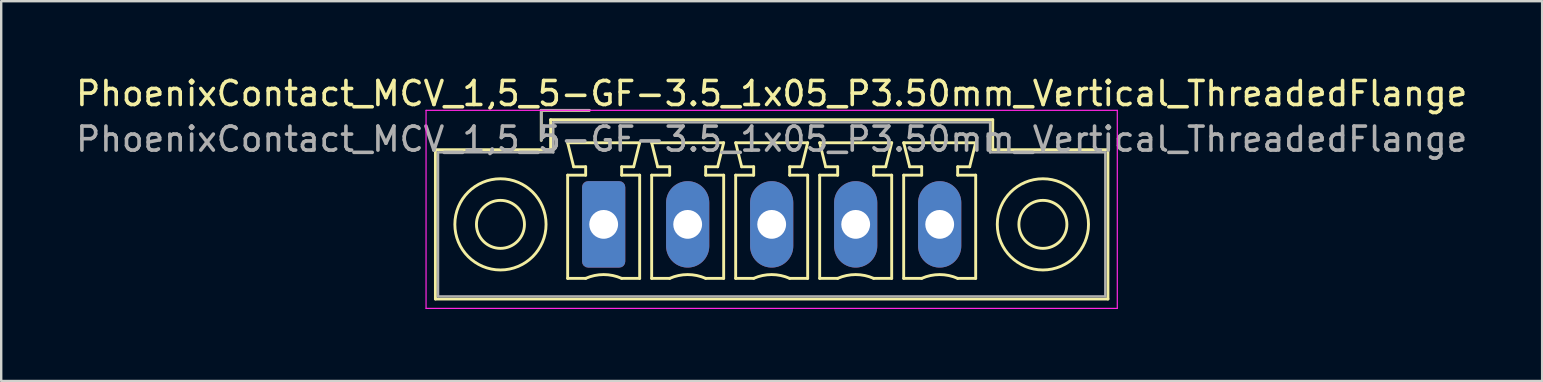
<source format=kicad_pcb>
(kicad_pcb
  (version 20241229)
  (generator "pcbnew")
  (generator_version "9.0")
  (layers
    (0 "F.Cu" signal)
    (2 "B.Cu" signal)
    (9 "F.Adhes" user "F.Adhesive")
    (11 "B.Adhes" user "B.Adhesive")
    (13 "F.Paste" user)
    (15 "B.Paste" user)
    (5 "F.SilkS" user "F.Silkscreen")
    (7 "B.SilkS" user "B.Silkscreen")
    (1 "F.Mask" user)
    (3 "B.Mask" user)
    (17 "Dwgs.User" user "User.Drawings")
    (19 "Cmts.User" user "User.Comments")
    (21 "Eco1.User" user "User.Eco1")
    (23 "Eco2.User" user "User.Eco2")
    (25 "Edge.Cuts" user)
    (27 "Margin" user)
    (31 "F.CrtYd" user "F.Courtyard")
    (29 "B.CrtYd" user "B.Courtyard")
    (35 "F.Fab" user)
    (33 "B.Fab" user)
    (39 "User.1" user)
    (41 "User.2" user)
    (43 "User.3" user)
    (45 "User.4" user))
  (footprint "PhoenixContact_MCV_1,5_5-GF-3.5_1x05_P3.50mm_Vertical_ThreadedFlange"
    (layer "F.Cu")
    (at 22.101 6.298)
    (property "Reference" "PhoenixContact_MCV_1,5_5-GF-3.5_1x05_P3.50mm_Vertical_ThreadedFlange" (at 7 -5.45 0) (layer "F.SilkS") (effects (font (size 1 1) (thickness 0.15))))
    (attr through_hole)
    (fp_line (start -7.01 -3.11) (end -7.01 3.11) (stroke (width 0.12) (type solid)) (layer "F.SilkS"))
    (fp_line (start -7.01 3.11) (end 21.01 3.11) (stroke (width 0.12) (type solid)) (layer "F.SilkS"))
    (fp_line (start -2.6 -4.75) (end -0.6 -4.75) (stroke (width 0.12) (type solid)) (layer "F.SilkS"))
    (fp_line (start -2.6 -3.5) (end -2.6 -4.75) (stroke (width 0.12) (type solid)) (layer "F.SilkS"))
    (fp_line (start -2.21 -4.36) (end -2.21 -3.11) (stroke (width 0.12) (type solid)) (layer "F.SilkS"))
    (fp_line (start -2.21 -3.11) (end -7.01 -3.11) (stroke (width 0.12) (type solid)) (layer "F.SilkS"))
    (fp_line (start -1.5 -3.4) (end 1.5 -3.4) (stroke (width 0.12) (type solid)) (layer "F.SilkS"))
    (fp_line (start -1.5 -2.05) (end -0.75 -2.05) (stroke (width 0.12) (type solid)) (layer "F.SilkS"))
    (fp_line (start -1.5 2.25) (end -1.5 -2.05) (stroke (width 0.12) (type solid)) (layer "F.SilkS"))
    (fp_line (start -1.25 -2.4) (end -1.5 -3.4) (stroke (width 0.12) (type solid)) (layer "F.SilkS"))
    (fp_line (start -0.75 -2.4) (end -1.25 -2.4) (stroke (width 0.12) (type solid)) (layer "F.SilkS"))
    (fp_line (start -0.75 -2.05) (end -0.75 -2.4) (stroke (width 0.12) (type solid)) (layer "F.SilkS"))
    (fp_line (start -0.75 2.25) (end -1.5 2.25) (stroke (width 0.12) (type solid)) (layer "F.SilkS"))
    (fp_line (start 0.75 -2.4) (end 0.75 -2.05) (stroke (width 0.12) (type solid)) (layer "F.SilkS"))
    (fp_line (start 0.75 -2.05) (end 1.5 -2.05) (stroke (width 0.12) (type solid)) (layer "F.SilkS"))
    (fp_line (start 1.25 -2.4) (end 0.75 -2.4) (stroke (width 0.12) (type solid)) (layer "F.SilkS"))
    (fp_line (start 1.5 -3.4) (end 1.25 -2.4) (stroke (width 0.12) (type solid)) (layer "F.SilkS"))
    (fp_line (start 1.5 -2.05) (end 1.5 2.25) (stroke (width 0.12) (type solid)) (layer "F.SilkS"))
    (fp_line (start 1.5 2.25) (end 0.75 2.25) (stroke (width 0.12) (type solid)) (layer "F.SilkS"))
    (fp_line (start 2 -3.4) (end 5 -3.4) (stroke (width 0.12) (type solid)) (layer "F.SilkS"))
    (fp_line (start 2 -2.05) (end 2.75 -2.05) (stroke (width 0.12) (type solid)) (layer "F.SilkS"))
    (fp_line (start 2 2.25) (end 2 -2.05) (stroke (width 0.12) (type solid)) (layer "F.SilkS"))
    (fp_line (start 2.25 -2.4) (end 2 -3.4) (stroke (width 0.12) (type solid)) (layer "F.SilkS"))
    (fp_line (start 2.75 -2.4) (end 2.25 -2.4) (stroke (width 0.12) (type solid)) (layer "F.SilkS"))
    (fp_line (start 2.75 -2.05) (end 2.75 -2.4) (stroke (width 0.12) (type solid)) (layer "F.SilkS"))
    (fp_line (start 2.75 2.25) (end 2 2.25) (stroke (width 0.12) (type solid)) (layer "F.SilkS"))
    (fp_line (start 4.25 -2.4) (end 4.25 -2.05) (stroke (width 0.12) (type solid)) (layer "F.SilkS"))
    (fp_line (start 4.25 -2.05) (end 5 -2.05) (stroke (width 0.12) (type solid)) (layer "F.SilkS"))
    (fp_line (start 4.75 -2.4) (end 4.25 -2.4) (stroke (width 0.12) (type solid)) (layer "F.SilkS"))
    (fp_line (start 5 -3.4) (end 4.75 -2.4) (stroke (width 0.12) (type solid)) (layer "F.SilkS"))
    (fp_line (start 5 -2.05) (end 5 2.25) (stroke (width 0.12) (type solid)) (layer "F.SilkS"))
    (fp_line (start 5 2.25) (end 4.25 2.25) (stroke (width 0.12) (type solid)) (layer "F.SilkS"))
    (fp_line (start 5.5 -3.4) (end 8.5 -3.4) (stroke (width 0.12) (type solid)) (layer "F.SilkS"))
    (fp_line (start 5.5 -2.05) (end 6.25 -2.05) (stroke (width 0.12) (type solid)) (layer "F.SilkS"))
    (fp_line (start 5.5 2.25) (end 5.5 -2.05) (stroke (width 0.12) (type solid)) (layer "F.SilkS"))
    (fp_line (start 5.75 -2.4) (end 5.5 -3.4) (stroke (width 0.12) (type solid)) (layer "F.SilkS"))
    (fp_line (start 6.25 -2.4) (end 5.75 -2.4) (stroke (width 0.12) (type solid)) (layer "F.SilkS"))
    (fp_line (start 6.25 -2.05) (end 6.25 -2.4) (stroke (width 0.12) (type solid)) (layer "F.SilkS"))
    (fp_line (start 6.25 2.25) (end 5.5 2.25) (stroke (width 0.12) (type solid)) (layer "F.SilkS"))
    (fp_line (start 7.75 -2.4) (end 7.75 -2.05) (stroke (width 0.12) (type solid)) (layer "F.SilkS"))
    (fp_line (start 7.75 -2.05) (end 8.5 -2.05) (stroke (width 0.12) (type solid)) (layer "F.SilkS"))
    (fp_line (start 8.25 -2.4) (end 7.75 -2.4) (stroke (width 0.12) (type solid)) (layer "F.SilkS"))
    (fp_line (start 8.5 -3.4) (end 8.25 -2.4) (stroke (width 0.12) (type solid)) (layer "F.SilkS"))
    (fp_line (start 8.5 -2.05) (end 8.5 2.25) (stroke (width 0.12) (type solid)) (layer "F.SilkS"))
    (fp_line (start 8.5 2.25) (end 7.75 2.25) (stroke (width 0.12) (type solid)) (layer "F.SilkS"))
    (fp_line (start 9 -3.4) (end 12 -3.4) (stroke (width 0.12) (type solid)) (layer "F.SilkS"))
    (fp_line (start 9 -2.05) (end 9.75 -2.05) (stroke (width 0.12) (type solid)) (layer "F.SilkS"))
    (fp_line (start 9 2.25) (end 9 -2.05) (stroke (width 0.12) (type solid)) (layer "F.SilkS"))
    (fp_line (start 9.25 -2.4) (end 9 -3.4) (stroke (width 0.12) (type solid)) (layer "F.SilkS"))
    (fp_line (start 9.75 -2.4) (end 9.25 -2.4) (stroke (width 0.12) (type solid)) (layer "F.SilkS"))
    (fp_line (start 9.75 -2.05) (end 9.75 -2.4) (stroke (width 0.12) (type solid)) (layer "F.SilkS"))
    (fp_line (start 9.75 2.25) (end 9 2.25) (stroke (width 0.12) (type solid)) (layer "F.SilkS"))
    (fp_line (start 11.25 -2.4) (end 11.25 -2.05) (stroke (width 0.12) (type solid)) (layer "F.SilkS"))
    (fp_line (start 11.25 -2.05) (end 12 -2.05) (stroke (width 0.12) (type solid)) (layer "F.SilkS"))
    (fp_line (start 11.75 -2.4) (end 11.25 -2.4) (stroke (width 0.12) (type solid)) (layer "F.SilkS"))
    (fp_line (start 12 -3.4) (end 11.75 -2.4) (stroke (width 0.12) (type solid)) (layer "F.SilkS"))
    (fp_line (start 12 -2.05) (end 12 2.25) (stroke (width 0.12) (type solid)) (layer "F.SilkS"))
    (fp_line (start 12 2.25) (end 11.25 2.25) (stroke (width 0.12) (type solid)) (layer "F.SilkS"))
    (fp_line (start 12.5 -3.4) (end 15.5 -3.4) (stroke (width 0.12) (type solid)) (layer "F.SilkS"))
    (fp_line (start 12.5 -2.05) (end 13.25 -2.05) (stroke (width 0.12) (type solid)) (layer "F.SilkS"))
    (fp_line (start 12.5 2.25) (end 12.5 -2.05) (stroke (width 0.12) (type solid)) (layer "F.SilkS"))
    (fp_line (start 12.75 -2.4) (end 12.5 -3.4) (stroke (width 0.12) (type solid)) (layer "F.SilkS"))
    (fp_line (start 13.25 -2.4) (end 12.75 -2.4) (stroke (width 0.12) (type solid)) (layer "F.SilkS"))
    (fp_line (start 13.25 -2.05) (end 13.25 -2.4) (stroke (width 0.12) (type solid)) (layer "F.SilkS"))
    (fp_line (start 13.25 2.25) (end 12.5 2.25) (stroke (width 0.12) (type solid)) (layer "F.SilkS"))
    (fp_line (start 14.75 -2.4) (end 14.75 -2.05) (stroke (width 0.12) (type solid)) (layer "F.SilkS"))
    (fp_line (start 14.75 -2.05) (end 15.5 -2.05) (stroke (width 0.12) (type solid)) (layer "F.SilkS"))
    (fp_line (start 15.25 -2.4) (end 14.75 -2.4) (stroke (width 0.12) (type solid)) (layer "F.SilkS"))
    (fp_line (start 15.5 -3.4) (end 15.25 -2.4) (stroke (width 0.12) (type solid)) (layer "F.SilkS"))
    (fp_line (start 15.5 -2.05) (end 15.5 2.25) (stroke (width 0.12) (type solid)) (layer "F.SilkS"))
    (fp_line (start 15.5 2.25) (end 14.75 2.25) (stroke (width 0.12) (type solid)) (layer "F.SilkS"))
    (fp_line (start 16.21 -4.36) (end -2.21 -4.36) (stroke (width 0.12) (type solid)) (layer "F.SilkS"))
    (fp_line (start 16.21 -3.11) (end 16.21 -4.36) (stroke (width 0.12) (type solid)) (layer "F.SilkS"))
    (fp_line (start 21.01 -3.11) (end 16.21 -3.11) (stroke (width 0.12) (type solid)) (layer "F.SilkS"))
    (fp_line (start 21.01 3.11) (end 21.01 -3.11) (stroke (width 0.12) (type solid)) (layer "F.SilkS"))
    (fp_arc (start -0.75 2.25) (mid -0.000193 2.09191) (end 0.749647 2.249844) (stroke (width 0.12) (type solid)) (layer "F.SilkS"))
    (fp_arc (start 2.75 2.25) (mid 3.499807 2.09191) (end 4.249647 2.249844) (stroke (width 0.12) (type solid)) (layer "F.SilkS"))
    (fp_arc (start 6.25 2.25) (mid 6.999807 2.09191) (end 7.749647 2.249844) (stroke (width 0.12) (type solid)) (layer "F.SilkS"))
    (fp_arc (start 9.75 2.25) (mid 10.499807 2.09191) (end 11.249647 2.249844) (stroke (width 0.12) (type solid)) (layer "F.SilkS"))
    (fp_arc (start 13.25 2.25) (mid 13.999807 2.09191) (end 14.749647 2.249844) (stroke (width 0.12) (type solid)) (layer "F.SilkS"))
    (fp_circle (center -4.3 0) (end -3.3 0) (stroke (width 0.12) (type solid)) (fill no) (layer "F.SilkS"))
    (fp_circle (center -4.3 0) (end -2.4 0) (stroke (width 0.12) (type solid)) (fill no) (layer "F.SilkS"))
    (fp_circle (center 18.3 0) (end 19.3 0) (stroke (width 0.12) (type solid)) (fill no) (layer "F.SilkS"))
    (fp_circle (center 18.3 0) (end 20.2 0) (stroke (width 0.12) (type solid)) (fill no) (layer "F.SilkS"))
    (fp_line (start -7.4 -4.75) (end -7.4 3.5) (stroke (width 0.05) (type solid)) (layer "F.CrtYd"))
    (fp_line (start -7.4 3.5) (end 21.4 3.5) (stroke (width 0.05) (type solid)) (layer "F.CrtYd"))
    (fp_line (start 21.4 -4.75) (end -7.4 -4.75) (stroke (width 0.05) (type solid)) (layer "F.CrtYd"))
    (fp_line (start 21.4 3.5) (end 21.4 -4.75) (stroke (width 0.05) (type solid)) (layer "F.CrtYd"))
    (fp_line (start -6.9 -3) (end -6.9 3) (stroke (width 0.1) (type solid)) (layer "F.Fab"))
    (fp_line (start -6.9 3) (end 20.9 3) (stroke (width 0.1) (type solid)) (layer "F.Fab"))
    (fp_line (start -2.6 -4.75) (end -0.6 -4.75) (stroke (width 0.1) (type solid)) (layer "F.Fab"))
    (fp_line (start -2.6 -3.5) (end -2.6 -4.75) (stroke (width 0.1) (type solid)) (layer "F.Fab"))
    (fp_line (start -2.1 -4.25) (end -2.1 -3) (stroke (width 0.1) (type solid)) (layer "F.Fab"))
    (fp_line (start -2.1 -3) (end -6.9 -3) (stroke (width 0.1) (type solid)) (layer "F.Fab"))
    (fp_line (start 16.1 -4.25) (end -2.1 -4.25) (stroke (width 0.1) (type solid)) (layer "F.Fab"))
    (fp_line (start 16.1 -3) (end 16.1 -4.25) (stroke (width 0.1) (type solid)) (layer "F.Fab"))
    (fp_line (start 20.9 -3) (end 16.1 -3) (stroke (width 0.1) (type solid)) (layer "F.Fab"))
    (fp_line (start 20.9 3) (end 20.9 -3) (stroke (width 0.1) (type solid)) (layer "F.Fab"))
    (fp_text user "${REFERENCE}" (at 7 -3.55 0) (layer "F.Fab") (effects (font (size 1 1) (thickness 0.15))))
    (pad "1" thru_hole roundrect (at 0 0) (size 1.8 3.6) (drill 1.2) (layers "*.Cu" "*.Mask") (roundrect_rratio 0.139))
    (pad "2" thru_hole oval (at 3.5 0) (size 1.8 3.6) (drill 1.2) (layers "*.Cu" "*.Mask"))
    (pad "3" thru_hole oval (at 7 0) (size 1.8 3.6) (drill 1.2) (layers "*.Cu" "*.Mask"))
    (pad "4" thru_hole oval (at 10.5 0) (size 1.8 3.6) (drill 1.2) (layers "*.Cu" "*.Mask"))
    (pad "5" thru_hole oval (at 14 0) (size 1.8 3.6) (drill 1.2) (layers "*.Cu" "*.Mask")))
  (gr_rect
    (start -3 -3)
    (end 61.202 12.823)
    (stroke (width 0.1) (type default))
    (fill no)
    (layer "Edge.Cuts")))
</source>
